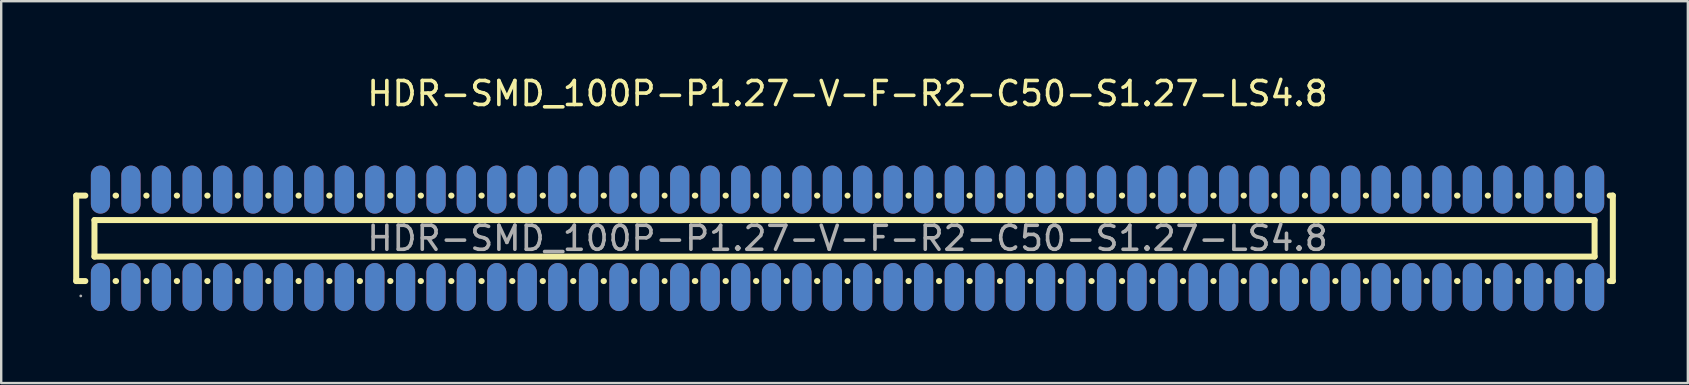
<source format=kicad_pcb>
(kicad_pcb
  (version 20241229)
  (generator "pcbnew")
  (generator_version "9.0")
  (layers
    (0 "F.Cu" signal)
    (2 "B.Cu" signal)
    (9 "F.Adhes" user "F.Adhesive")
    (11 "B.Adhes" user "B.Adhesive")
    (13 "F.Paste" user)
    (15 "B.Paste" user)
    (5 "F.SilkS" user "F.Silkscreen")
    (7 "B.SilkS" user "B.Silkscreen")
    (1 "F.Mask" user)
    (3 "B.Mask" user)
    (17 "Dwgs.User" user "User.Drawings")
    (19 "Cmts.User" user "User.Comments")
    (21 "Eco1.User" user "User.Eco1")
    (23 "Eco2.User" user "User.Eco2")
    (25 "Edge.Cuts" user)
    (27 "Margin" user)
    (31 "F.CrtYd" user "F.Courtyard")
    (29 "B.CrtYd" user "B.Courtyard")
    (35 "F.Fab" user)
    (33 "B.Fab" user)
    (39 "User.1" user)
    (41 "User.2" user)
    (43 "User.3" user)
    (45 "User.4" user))
  (footprint "HDR-SMD_100P-P1.27-V-F-R2-C50-S1.27-LS4.8"
    (layer "F.Cu")
    (at 32.255 6.878)
    (property "Reference" "HDR-SMD_100P-P1.27-V-F-R2-C50-S1.27-LS4.8" (at 0 -6.03 0) (layer "F.SilkS") (effects (font (size 1 1) (thickness 0.15))))
    (attr through_hole)
    (fp_line (start -32.13 1.78) (end -32.13 -1.78) (stroke (width 0.25) (type solid)) (layer "F.SilkS"))
    (fp_line (start -32.13 1.78) (end -31.75 1.78) (stroke (width 0.25) (type solid)) (layer "F.SilkS"))
    (fp_line (start -31.75 -1.78) (end -32.13 -1.78) (stroke (width 0.25) (type solid)) (layer "F.SilkS"))
    (fp_line (start -31.37 -0.76) (end 31.12 -0.76) (stroke (width 0.25) (type solid)) (layer "F.SilkS"))
    (fp_line (start -31.37 0.76) (end -31.37 -0.76) (stroke (width 0.25) (type solid)) (layer "F.SilkS"))
    (fp_line (start -30.49 1.78) (end -30.47 1.78) (stroke (width 0.25) (type solid)) (layer "F.SilkS"))
    (fp_line (start -30.47 -1.78) (end -30.49 -1.78) (stroke (width 0.25) (type solid)) (layer "F.SilkS"))
    (fp_line (start -29.21 1.78) (end -29.2 1.78) (stroke (width 0.25) (type solid)) (layer "F.SilkS"))
    (fp_line (start -29.2 -1.78) (end -29.21 -1.78) (stroke (width 0.25) (type solid)) (layer "F.SilkS"))
    (fp_line (start -27.94 1.78) (end -27.93 1.78) (stroke (width 0.25) (type solid)) (layer "F.SilkS"))
    (fp_line (start -27.93 -1.78) (end -27.94 -1.78) (stroke (width 0.25) (type solid)) (layer "F.SilkS"))
    (fp_line (start -26.67 1.78) (end -26.66 1.78) (stroke (width 0.25) (type solid)) (layer "F.SilkS"))
    (fp_line (start -26.66 -1.78) (end -26.67 -1.78) (stroke (width 0.25) (type solid)) (layer "F.SilkS"))
    (fp_line (start -25.4 1.78) (end -25.39 1.78) (stroke (width 0.25) (type solid)) (layer "F.SilkS"))
    (fp_line (start -25.39 -1.78) (end -25.4 -1.78) (stroke (width 0.25) (type solid)) (layer "F.SilkS"))
    (fp_line (start -24.13 1.78) (end -24.12 1.78) (stroke (width 0.25) (type solid)) (layer "F.SilkS"))
    (fp_line (start -24.12 -1.78) (end -24.13 -1.78) (stroke (width 0.25) (type solid)) (layer "F.SilkS"))
    (fp_line (start -22.87 1.78) (end -22.86 1.78) (stroke (width 0.25) (type solid)) (layer "F.SilkS"))
    (fp_line (start -22.86 -1.78) (end -22.87 -1.78) (stroke (width 0.25) (type solid)) (layer "F.SilkS"))
    (fp_line (start -21.59 1.78) (end -21.58 1.78) (stroke (width 0.25) (type solid)) (layer "F.SilkS"))
    (fp_line (start -21.58 -1.78) (end -21.59 -1.78) (stroke (width 0.25) (type solid)) (layer "F.SilkS"))
    (fp_line (start -20.32 1.78) (end -20.31 1.78) (stroke (width 0.25) (type solid)) (layer "F.SilkS"))
    (fp_line (start -20.31 -1.78) (end -20.32 -1.78) (stroke (width 0.25) (type solid)) (layer "F.SilkS"))
    (fp_line (start -19.05 1.78) (end -19.04 1.78) (stroke (width 0.25) (type solid)) (layer "F.SilkS"))
    (fp_line (start -19.04 -1.78) (end -19.05 -1.78) (stroke (width 0.25) (type solid)) (layer "F.SilkS"))
    (fp_line (start -17.78 1.78) (end -17.77 1.78) (stroke (width 0.25) (type solid)) (layer "F.SilkS"))
    (fp_line (start -17.77 -1.78) (end -17.78 -1.78) (stroke (width 0.25) (type solid)) (layer "F.SilkS"))
    (fp_line (start -16.51 1.78) (end -16.5 1.78) (stroke (width 0.25) (type solid)) (layer "F.SilkS"))
    (fp_line (start -16.5 -1.78) (end -16.51 -1.78) (stroke (width 0.25) (type solid)) (layer "F.SilkS"))
    (fp_line (start -15.25 1.78) (end -15.24 1.78) (stroke (width 0.25) (type solid)) (layer "F.SilkS"))
    (fp_line (start -15.24 -1.78) (end -15.25 -1.78) (stroke (width 0.25) (type solid)) (layer "F.SilkS"))
    (fp_line (start -13.97 1.78) (end -13.96 1.78) (stroke (width 0.25) (type solid)) (layer "F.SilkS"))
    (fp_line (start -13.96 -1.78) (end -13.97 -1.78) (stroke (width 0.25) (type solid)) (layer "F.SilkS"))
    (fp_line (start -12.7 1.78) (end -12.69 1.78) (stroke (width 0.25) (type solid)) (layer "F.SilkS"))
    (fp_line (start -12.69 -1.78) (end -12.7 -1.78) (stroke (width 0.25) (type solid)) (layer "F.SilkS"))
    (fp_line (start -11.43 1.78) (end -11.42 1.78) (stroke (width 0.25) (type solid)) (layer "F.SilkS"))
    (fp_line (start -11.42 -1.78) (end -11.43 -1.78) (stroke (width 0.25) (type solid)) (layer "F.SilkS"))
    (fp_line (start -10.16 1.78) (end -10.15 1.78) (stroke (width 0.25) (type solid)) (layer "F.SilkS"))
    (fp_line (start -10.15 -1.78) (end -10.16 -1.78) (stroke (width 0.25) (type solid)) (layer "F.SilkS"))
    (fp_line (start -8.89 1.78) (end -8.88 1.78) (stroke (width 0.25) (type solid)) (layer "F.SilkS"))
    (fp_line (start -8.88 -1.78) (end -8.89 -1.78) (stroke (width 0.25) (type solid)) (layer "F.SilkS"))
    (fp_line (start -7.62 -1.78) (end -7.62 -1.78) (stroke (width 0.25) (type solid)) (layer "F.SilkS"))
    (fp_line (start -7.62 1.78) (end -7.62 1.78) (stroke (width 0.25) (type solid)) (layer "F.SilkS"))
    (fp_line (start -6.36 1.78) (end -6.34 1.78) (stroke (width 0.25) (type solid)) (layer "F.SilkS"))
    (fp_line (start -6.34 -1.78) (end -6.36 -1.78) (stroke (width 0.25) (type solid)) (layer "F.SilkS"))
    (fp_line (start -5.08 1.78) (end -5.07 1.78) (stroke (width 0.25) (type solid)) (layer "F.SilkS"))
    (fp_line (start -5.07 -1.78) (end -5.08 -1.78) (stroke (width 0.25) (type solid)) (layer "F.SilkS"))
    (fp_line (start -3.81 1.78) (end -3.8 1.78) (stroke (width 0.25) (type solid)) (layer "F.SilkS"))
    (fp_line (start -3.8 -1.78) (end -3.81 -1.78) (stroke (width 0.25) (type solid)) (layer "F.SilkS"))
    (fp_line (start -2.54 1.78) (end -2.53 1.78) (stroke (width 0.25) (type solid)) (layer "F.SilkS"))
    (fp_line (start -2.53 -1.78) (end -2.54 -1.78) (stroke (width 0.25) (type solid)) (layer "F.SilkS"))
    (fp_line (start -1.27 1.78) (end -1.26 1.78) (stroke (width 0.25) (type solid)) (layer "F.SilkS"))
    (fp_line (start -1.26 -1.78) (end -1.27 -1.78) (stroke (width 0.25) (type solid)) (layer "F.SilkS"))
    (fp_line (start 0 -1.78) (end 0 -1.78) (stroke (width 0.25) (type solid)) (layer "F.SilkS"))
    (fp_line (start 0 1.78) (end 0 1.78) (stroke (width 0.25) (type solid)) (layer "F.SilkS"))
    (fp_line (start 1.26 1.78) (end 1.28 1.78) (stroke (width 0.25) (type solid)) (layer "F.SilkS"))
    (fp_line (start 1.28 -1.78) (end 1.26 -1.78) (stroke (width 0.25) (type solid)) (layer "F.SilkS"))
    (fp_line (start 2.54 1.78) (end 2.55 1.78) (stroke (width 0.25) (type solid)) (layer "F.SilkS"))
    (fp_line (start 2.55 -1.78) (end 2.54 -1.78) (stroke (width 0.25) (type solid)) (layer "F.SilkS"))
    (fp_line (start 3.81 1.78) (end 3.82 1.78) (stroke (width 0.25) (type solid)) (layer "F.SilkS"))
    (fp_line (start 3.82 -1.78) (end 3.81 -1.78) (stroke (width 0.25) (type solid)) (layer "F.SilkS"))
    (fp_line (start 5.08 1.78) (end 5.09 1.78) (stroke (width 0.25) (type solid)) (layer "F.SilkS"))
    (fp_line (start 5.09 -1.78) (end 5.08 -1.78) (stroke (width 0.25) (type solid)) (layer "F.SilkS"))
    (fp_line (start 6.35 1.78) (end 6.36 1.78) (stroke (width 0.25) (type solid)) (layer "F.SilkS"))
    (fp_line (start 6.36 -1.78) (end 6.35 -1.78) (stroke (width 0.25) (type solid)) (layer "F.SilkS"))
    (fp_line (start 7.62 -1.78) (end 7.62 -1.78) (stroke (width 0.25) (type solid)) (layer "F.SilkS"))
    (fp_line (start 7.62 1.78) (end 7.62 1.78) (stroke (width 0.25) (type solid)) (layer "F.SilkS"))
    (fp_line (start 8.88 1.78) (end 8.89 1.78) (stroke (width 0.25) (type solid)) (layer "F.SilkS"))
    (fp_line (start 8.89 -1.78) (end 8.88 -1.78) (stroke (width 0.25) (type solid)) (layer "F.SilkS"))
    (fp_line (start 10.16 1.78) (end 10.17 1.78) (stroke (width 0.25) (type solid)) (layer "F.SilkS"))
    (fp_line (start 10.17 -1.78) (end 10.16 -1.78) (stroke (width 0.25) (type solid)) (layer "F.SilkS"))
    (fp_line (start 11.43 1.78) (end 11.44 1.78) (stroke (width 0.25) (type solid)) (layer "F.SilkS"))
    (fp_line (start 11.44 -1.78) (end 11.43 -1.78) (stroke (width 0.25) (type solid)) (layer "F.SilkS"))
    (fp_line (start 12.7 1.78) (end 12.71 1.78) (stroke (width 0.25) (type solid)) (layer "F.SilkS"))
    (fp_line (start 12.71 -1.78) (end 12.7 -1.78) (stroke (width 0.25) (type solid)) (layer "F.SilkS"))
    (fp_line (start 13.97 1.78) (end 13.98 1.78) (stroke (width 0.25) (type solid)) (layer "F.SilkS"))
    (fp_line (start 13.98 -1.78) (end 13.97 -1.78) (stroke (width 0.25) (type solid)) (layer "F.SilkS"))
    (fp_line (start 15.24 1.78) (end 15.25 1.78) (stroke (width 0.25) (type solid)) (layer "F.SilkS"))
    (fp_line (start 15.25 -1.78) (end 15.24 -1.78) (stroke (width 0.25) (type solid)) (layer "F.SilkS"))
    (fp_line (start 16.5 1.78) (end 16.51 1.78) (stroke (width 0.25) (type solid)) (layer "F.SilkS"))
    (fp_line (start 16.51 -1.78) (end 16.5 -1.78) (stroke (width 0.25) (type solid)) (layer "F.SilkS"))
    (fp_line (start 17.78 1.78) (end 17.79 1.78) (stroke (width 0.25) (type solid)) (layer "F.SilkS"))
    (fp_line (start 17.79 -1.78) (end 17.78 -1.78) (stroke (width 0.25) (type solid)) (layer "F.SilkS"))
    (fp_line (start 19.05 1.78) (end 19.06 1.78) (stroke (width 0.25) (type solid)) (layer "F.SilkS"))
    (fp_line (start 19.06 -1.78) (end 19.05 -1.78) (stroke (width 0.25) (type solid)) (layer "F.SilkS"))
    (fp_line (start 20.32 1.78) (end 20.33 1.78) (stroke (width 0.25) (type solid)) (layer "F.SilkS"))
    (fp_line (start 20.33 -1.78) (end 20.32 -1.78) (stroke (width 0.25) (type solid)) (layer "F.SilkS"))
    (fp_line (start 21.59 1.78) (end 21.6 1.78) (stroke (width 0.25) (type solid)) (layer "F.SilkS"))
    (fp_line (start 21.6 -1.78) (end 21.59 -1.78) (stroke (width 0.25) (type solid)) (layer "F.SilkS"))
    (fp_line (start 22.86 1.78) (end 22.87 1.78) (stroke (width 0.25) (type solid)) (layer "F.SilkS"))
    (fp_line (start 22.87 -1.78) (end 22.86 -1.78) (stroke (width 0.25) (type solid)) (layer "F.SilkS"))
    (fp_line (start 24.12 1.78) (end 24.13 1.78) (stroke (width 0.25) (type solid)) (layer "F.SilkS"))
    (fp_line (start 24.13 -1.78) (end 24.12 -1.78) (stroke (width 0.25) (type solid)) (layer "F.SilkS"))
    (fp_line (start 25.39 1.78) (end 25.41 1.78) (stroke (width 0.25) (type solid)) (layer "F.SilkS"))
    (fp_line (start 25.41 -1.78) (end 25.39 -1.78) (stroke (width 0.25) (type solid)) (layer "F.SilkS"))
    (fp_line (start 26.67 1.78) (end 26.68 1.78) (stroke (width 0.25) (type solid)) (layer "F.SilkS"))
    (fp_line (start 26.68 -1.78) (end 26.67 -1.78) (stroke (width 0.25) (type solid)) (layer "F.SilkS"))
    (fp_line (start 27.94 1.78) (end 27.95 1.78) (stroke (width 0.25) (type solid)) (layer "F.SilkS"))
    (fp_line (start 27.95 -1.78) (end 27.94 -1.78) (stroke (width 0.25) (type solid)) (layer "F.SilkS"))
    (fp_line (start 29.21 1.78) (end 29.22 1.78) (stroke (width 0.25) (type solid)) (layer "F.SilkS"))
    (fp_line (start 29.22 -1.78) (end 29.21 -1.78) (stroke (width 0.25) (type solid)) (layer "F.SilkS"))
    (fp_line (start 30.48 1.78) (end 30.49 1.78) (stroke (width 0.25) (type solid)) (layer "F.SilkS"))
    (fp_line (start 30.49 -1.78) (end 30.48 -1.78) (stroke (width 0.25) (type solid)) (layer "F.SilkS"))
    (fp_line (start 31.12 -0.76) (end 31.12 0.76) (stroke (width 0.25) (type solid)) (layer "F.SilkS"))
    (fp_line (start 31.12 0.76) (end -31.37 0.76) (stroke (width 0.25) (type solid)) (layer "F.SilkS"))
    (fp_line (start 31.75 1.78) (end 31.88 1.78) (stroke (width 0.25) (type solid)) (layer "F.SilkS"))
    (fp_line (start 31.88 -1.78) (end 31.75 -1.78) (stroke (width 0.25) (type solid)) (layer "F.SilkS"))
    (fp_line (start 31.88 -1.78) (end 31.88 1.78) (stroke (width 0.25) (type solid)) (layer "F.SilkS"))
    (fp_circle (center -31.94 2.4) (end -31.91 2.4) (stroke (width 0.06) (type solid)) (fill no) (layer "F.Fab"))
    (fp_text user "${REFERENCE}" (at 0 0 0) (layer "F.Fab") (effects (font (size 1 1) (thickness 0.15))))
    (pad "1" thru_hole oval (at -31.12 2.03) (size 0.8 2) (drill 0.000051) (layers "F.Cu" "F.Mask" "F.Paste"))
    (pad "2" thru_hole oval (at -31.12 -2.03) (size 0.8 2) (drill 0.000051) (layers "F.Cu" "F.Mask" "F.Paste"))
    (pad "3" thru_hole oval (at -29.85 2.03) (size 0.8 2) (drill 0.000051) (layers "F.Cu" "F.Mask" "F.Paste"))
    (pad "4" thru_hole oval (at -29.85 -2.03) (size 0.8 2) (drill 0.000051) (layers "F.Cu" "F.Mask" "F.Paste"))
    (pad "5" thru_hole oval (at -28.58 2.03) (size 0.8 2) (drill 0.000051) (layers "F.Cu" "F.Mask" "F.Paste"))
    (pad "6" thru_hole oval (at -28.58 -2.03) (size 0.8 2) (drill 0.000051) (layers "F.Cu" "F.Mask" "F.Paste"))
    (pad "7" thru_hole oval (at -27.3 2.03) (size 0.8 2) (drill 0.000051) (layers "F.Cu" "F.Mask" "F.Paste"))
    (pad "8" thru_hole oval (at -27.3 -2.03) (size 0.8 2) (drill 0.000051) (layers "F.Cu" "F.Mask" "F.Paste"))
    (pad "9" thru_hole oval (at -26.03 2.03) (size 0.8 2) (drill 0.000051) (layers "F.Cu" "F.Mask" "F.Paste"))
    (pad "10" thru_hole oval (at -26.03 -2.03) (size 0.8 2) (drill 0.000051) (layers "F.Cu" "F.Mask" "F.Paste"))
    (pad "11" thru_hole oval (at -24.76 2.03) (size 0.8 2) (drill 0.000051) (layers "F.Cu" "F.Mask" "F.Paste"))
    (pad "12" thru_hole oval (at -24.76 -2.03) (size 0.8 2) (drill 0.000051) (layers "F.Cu" "F.Mask" "F.Paste"))
    (pad "13" thru_hole oval (at -23.5 2.03) (size 0.8 2) (drill 0.000051) (layers "F.Cu" "F.Mask" "F.Paste"))
    (pad "14" thru_hole oval (at -23.5 -2.03) (size 0.8 2) (drill 0.000051) (layers "F.Cu" "F.Mask" "F.Paste"))
    (pad "15" thru_hole oval (at -22.23 2.03) (size 0.8 2) (drill 0.000051) (layers "F.Cu" "F.Mask" "F.Paste"))
    (pad "16" thru_hole oval (at -22.23 -2.03) (size 0.8 2) (drill 0.000051) (layers "F.Cu" "F.Mask" "F.Paste"))
    (pad "17" thru_hole oval (at -20.96 2.03) (size 0.8 2) (drill 0.000051) (layers "F.Cu" "F.Mask" "F.Paste"))
    (pad "18" thru_hole oval (at -20.96 -2.03) (size 0.8 2) (drill 0.000051) (layers "F.Cu" "F.Mask" "F.Paste"))
    (pad "19" thru_hole oval (at -19.69 2.03) (size 0.8 2) (drill 0.000051) (layers "F.Cu" "F.Mask" "F.Paste"))
    (pad "20" thru_hole oval (at -19.69 -2.03) (size 0.8 2) (drill 0.000051) (layers "F.Cu" "F.Mask" "F.Paste"))
    (pad "21" thru_hole oval (at -18.41 2.03) (size 0.8 2) (drill 0.000051) (layers "F.Cu" "F.Mask" "F.Paste"))
    (pad "22" thru_hole oval (at -18.41 -2.03) (size 0.8 2) (drill 0.000051) (layers "F.Cu" "F.Mask" "F.Paste"))
    (pad "23" thru_hole oval (at -17.14 2.03) (size 0.8 2) (drill 0.000051) (layers "F.Cu" "F.Mask" "F.Paste"))
    (pad "24" thru_hole oval (at -17.14 -2.03) (size 0.8 2) (drill 0.000051) (layers "F.Cu" "F.Mask" "F.Paste"))
    (pad "25" thru_hole oval (at -15.88 2.03) (size 0.8 2) (drill 0.000051) (layers "F.Cu" "F.Mask" "F.Paste"))
    (pad "26" thru_hole oval (at -15.88 -2.03) (size 0.8 2) (drill 0.000051) (layers "F.Cu" "F.Mask" "F.Paste"))
    (pad "27" thru_hole oval (at -14.61 2.03) (size 0.8 2) (drill 0.000051) (layers "F.Cu" "F.Mask" "F.Paste"))
    (pad "28" thru_hole oval (at -14.61 -2.03) (size 0.8 2) (drill 0.000051) (layers "F.Cu" "F.Mask" "F.Paste"))
    (pad "29" thru_hole oval (at -13.34 2.03) (size 0.8 2) (drill 0.000051) (layers "F.Cu" "F.Mask" "F.Paste"))
    (pad "30" thru_hole oval (at -13.34 -2.03) (size 0.8 2) (drill 0.000051) (layers "F.Cu" "F.Mask" "F.Paste"))
    (pad "31" thru_hole oval (at -12.07 2.03) (size 0.8 2) (drill 0.000051) (layers "F.Cu" "F.Mask" "F.Paste"))
    (pad "32" thru_hole oval (at -12.07 -2.03) (size 0.8 2) (drill 0.000051) (layers "F.Cu" "F.Mask" "F.Paste"))
    (pad "33" thru_hole oval (at -10.79 2.03) (size 0.8 2) (drill 0.000051) (layers "F.Cu" "F.Mask" "F.Paste"))
    (pad "34" thru_hole oval (at -10.79 -2.03) (size 0.8 2) (drill 0.000051) (layers "F.Cu" "F.Mask" "F.Paste"))
    (pad "35" thru_hole oval (at -9.52 2.03) (size 0.8 2) (drill 0.000051) (layers "F.Cu" "F.Mask" "F.Paste"))
    (pad "36" thru_hole oval (at -9.52 -2.03) (size 0.8 2) (drill 0.000051) (layers "F.Cu" "F.Mask" "F.Paste"))
    (pad "37" thru_hole oval (at -8.25 2.03) (size 0.8 2) (drill 0.000051) (layers "F.Cu" "F.Mask" "F.Paste"))
    (pad "38" thru_hole oval (at -8.25 -2.03) (size 0.8 2) (drill 0.000051) (layers "F.Cu" "F.Mask" "F.Paste"))
    (pad "39" thru_hole oval (at -6.99 2.03) (size 0.8 2) (drill 0.000051) (layers "F.Cu" "F.Mask" "F.Paste"))
    (pad "40" thru_hole oval (at -6.99 -2.03) (size 0.8 2) (drill 0.000051) (layers "F.Cu" "F.Mask" "F.Paste"))
    (pad "41" thru_hole oval (at -5.72 2.03) (size 0.8 2) (drill 0.000051) (layers "F.Cu" "F.Mask" "F.Paste"))
    (pad "42" thru_hole oval (at -5.72 -2.03) (size 0.8 2) (drill 0.000051) (layers "F.Cu" "F.Mask" "F.Paste"))
    (pad "43" thru_hole oval (at -4.45 2.03) (size 0.8 2) (drill 0.000051) (layers "F.Cu" "F.Mask" "F.Paste"))
    (pad "44" thru_hole oval (at -4.45 -2.03) (size 0.8 2) (drill 0.000051) (layers "F.Cu" "F.Mask" "F.Paste"))
    (pad "45" thru_hole oval (at -3.17 2.03) (size 0.8 2) (drill 0.000051) (layers "F.Cu" "F.Mask" "F.Paste"))
    (pad "46" thru_hole oval (at -3.17 -2.03) (size 0.8 2) (drill 0.000051) (layers "F.Cu" "F.Mask" "F.Paste"))
    (pad "47" thru_hole oval (at -1.9 2.03) (size 0.8 2) (drill 0.000051) (layers "F.Cu" "F.Mask" "F.Paste"))
    (pad "48" thru_hole oval (at -1.9 -2.03) (size 0.8 2) (drill 0.000051) (layers "F.Cu" "F.Mask" "F.Paste"))
    (pad "49" thru_hole oval (at -0.63 2.03) (size 0.8 2) (drill 0.000051) (layers "F.Cu" "F.Mask" "F.Paste"))
    (pad "50" thru_hole oval (at -0.63 -2.03) (size 0.8 2) (drill 0.000051) (layers "F.Cu" "F.Mask" "F.Paste"))
    (pad "51" thru_hole oval (at 0.63 2.03) (size 0.8 2) (drill 0.000051) (layers "F.Cu" "F.Mask" "F.Paste"))
    (pad "52" thru_hole oval (at 0.63 -2.03) (size 0.8 2) (drill 0.000051) (layers "F.Cu" "F.Mask" "F.Paste"))
    (pad "53" thru_hole oval (at 1.9 2.03) (size 0.8 2) (drill 0.000051) (layers "F.Cu" "F.Mask" "F.Paste"))
    (pad "54" thru_hole oval (at 1.9 -2.03) (size 0.8 2) (drill 0.000051) (layers "F.Cu" "F.Mask" "F.Paste"))
    (pad "55" thru_hole oval (at 3.17 2.03) (size 0.8 2) (drill 0.000051) (layers "F.Cu" "F.Mask" "F.Paste"))
    (pad "56" thru_hole oval (at 3.17 -2.03) (size 0.8 2) (drill 0.000051) (layers "F.Cu" "F.Mask" "F.Paste"))
    (pad "57" thru_hole oval (at 4.45 2.03) (size 0.8 2) (drill 0.000051) (layers "F.Cu" "F.Mask" "F.Paste"))
    (pad "58" thru_hole oval (at 4.45 -2.03) (size 0.8 2) (drill 0.000051) (layers "F.Cu" "F.Mask" "F.Paste"))
    (pad "59" thru_hole oval (at 5.72 2.03) (size 0.8 2) (drill 0.000051) (layers "F.Cu" "F.Mask" "F.Paste"))
    (pad "60" thru_hole oval (at 5.72 -2.03) (size 0.8 2) (drill 0.000051) (layers "F.Cu" "F.Mask" "F.Paste"))
    (pad "61" thru_hole oval (at 6.99 2.03) (size 0.8 2) (drill 0.000051) (layers "F.Cu" "F.Mask" "F.Paste"))
    (pad "62" thru_hole oval (at 6.99 -2.03) (size 0.8 2) (drill 0.000051) (layers "F.Cu" "F.Mask" "F.Paste"))
    (pad "63" thru_hole oval (at 8.25 2.03) (size 0.8 2) (drill 0.000051) (layers "F.Cu" "F.Mask" "F.Paste"))
    (pad "64" thru_hole oval (at 8.25 -2.03) (size 0.8 2) (drill 0.000051) (layers "F.Cu" "F.Mask" "F.Paste"))
    (pad "65" thru_hole oval (at 9.52 2.03) (size 0.8 2) (drill 0.000051) (layers "F.Cu" "F.Mask" "F.Paste"))
    (pad "66" thru_hole oval (at 9.52 -2.03) (size 0.8 2) (drill 0.000051) (layers "F.Cu" "F.Mask" "F.Paste"))
    (pad "67" thru_hole oval (at 10.79 2.03) (size 0.8 2) (drill 0.000051) (layers "F.Cu" "F.Mask" "F.Paste"))
    (pad "68" thru_hole oval (at 10.79 -2.03) (size 0.8 2) (drill 0.000051) (layers "F.Cu" "F.Mask" "F.Paste"))
    (pad "69" thru_hole oval (at 12.06 2.03) (size 0.8 2) (drill 0.000051) (layers "F.Cu" "F.Mask" "F.Paste"))
    (pad "70" thru_hole oval (at 12.06 -2.03) (size 0.8 2) (drill 0.000051) (layers "F.Cu" "F.Mask" "F.Paste"))
    (pad "71" thru_hole oval (at 13.34 2.03) (size 0.8 2) (drill 0.000051) (layers "F.Cu" "F.Mask" "F.Paste"))
    (pad "72" thru_hole oval (at 13.34 -2.03) (size 0.8 2) (drill 0.000051) (layers "F.Cu" "F.Mask" "F.Paste"))
    (pad "73" thru_hole oval (at 14.61 2.03) (size 0.8 2) (drill 0.000051) (layers "F.Cu" "F.Mask" "F.Paste"))
    (pad "74" thru_hole oval (at 14.61 -2.03) (size 0.8 2) (drill 0.000051) (layers "F.Cu" "F.Mask" "F.Paste"))
    (pad "75" thru_hole oval (at 15.88 2.03) (size 0.8 2) (drill 0.000051) (layers "F.Cu" "F.Mask" "F.Paste"))
    (pad "76" thru_hole oval (at 15.88 -2.03) (size 0.8 2) (drill 0.000051) (layers "F.Cu" "F.Mask" "F.Paste"))
    (pad "77" thru_hole oval (at 17.14 2.03) (size 0.8 2) (drill 0.000051) (layers "F.Cu" "F.Mask" "F.Paste"))
    (pad "78" thru_hole oval (at 17.14 -2.03) (size 0.8 2) (drill 0.000051) (layers "F.Cu" "F.Mask" "F.Paste"))
    (pad "79" thru_hole oval (at 18.41 2.03) (size 0.8 2) (drill 0.000051) (layers "F.Cu" "F.Mask" "F.Paste"))
    (pad "80" thru_hole oval (at 18.41 -2.03) (size 0.8 2) (drill 0.000051) (layers "F.Cu" "F.Mask" "F.Paste"))
    (pad "81" thru_hole oval (at 19.68 2.03) (size 0.8 2) (drill 0.000051) (layers "F.Cu" "F.Mask" "F.Paste"))
    (pad "82" thru_hole oval (at 19.68 -2.03) (size 0.8 2) (drill 0.000051) (layers "F.Cu" "F.Mask" "F.Paste"))
    (pad "83" thru_hole oval (at 20.96 2.03) (size 0.8 2) (drill 0.000051) (layers "F.Cu" "F.Mask" "F.Paste"))
    (pad "84" thru_hole oval (at 20.96 -2.03) (size 0.8 2) (drill 0.000051) (layers "F.Cu" "F.Mask" "F.Paste"))
    (pad "85" thru_hole oval (at 22.23 2.03) (size 0.8 2) (drill 0.000051) (layers "F.Cu" "F.Mask" "F.Paste"))
    (pad "86" thru_hole oval (at 22.23 -2.03) (size 0.8 2) (drill 0.000051) (layers "F.Cu" "F.Mask" "F.Paste"))
    (pad "87" thru_hole oval (at 23.5 2.03) (size 0.8 2) (drill 0.000051) (layers "F.Cu" "F.Mask" "F.Paste"))
    (pad "88" thru_hole oval (at 23.5 -2.03) (size 0.8 2) (drill 0.000051) (layers "F.Cu" "F.Mask" "F.Paste"))
    (pad "89" thru_hole oval (at 24.76 2.03) (size 0.8 2) (drill 0.000051) (layers "F.Cu" "F.Mask" "F.Paste"))
    (pad "90" thru_hole oval (at 24.76 -2.03) (size 0.8 2) (drill 0.000051) (layers "F.Cu" "F.Mask" "F.Paste"))
    (pad "91" thru_hole oval (at 26.03 2.03) (size 0.8 2) (drill 0.000051) (layers "F.Cu" "F.Mask" "F.Paste"))
    (pad "92" thru_hole oval (at 26.03 -2.03) (size 0.8 2) (drill 0.000051) (layers "F.Cu" "F.Mask" "F.Paste"))
    (pad "93" thru_hole oval (at 27.3 2.03) (size 0.8 2) (drill 0.000051) (layers "F.Cu" "F.Mask" "F.Paste"))
    (pad "94" thru_hole oval (at 27.3 -2.03) (size 0.8 2) (drill 0.000051) (layers "F.Cu" "F.Mask" "F.Paste"))
    (pad "95" thru_hole oval (at 28.58 2.03) (size 0.8 2) (drill 0.000051) (layers "F.Cu" "F.Mask" "F.Paste"))
    (pad "96" thru_hole oval (at 28.58 -2.03) (size 0.8 2) (drill 0.000051) (layers "F.Cu" "F.Mask" "F.Paste"))
    (pad "97" thru_hole oval (at 29.85 2.03) (size 0.8 2) (drill 0.000051) (layers "F.Cu" "F.Mask" "F.Paste"))
    (pad "98" thru_hole oval (at 29.85 -2.03) (size 0.8 2) (drill 0.000051) (layers "F.Cu" "F.Mask" "F.Paste"))
    (pad "99" thru_hole oval (at 31.12 2.03) (size 0.8 2) (drill 0.000051) (layers "F.Cu" "F.Mask" "F.Paste"))
    (pad "100" thru_hole oval (at 31.12 -2.03) (size 0.8 2) (drill 0.000051) (layers "F.Cu" "F.Mask" "F.Paste")))
  (gr_rect
    (start -3 -3)
    (end 67.26 12.908)
    (stroke (width 0.1) (type default))
    (fill no)
    (layer "Edge.Cuts")))
</source>
